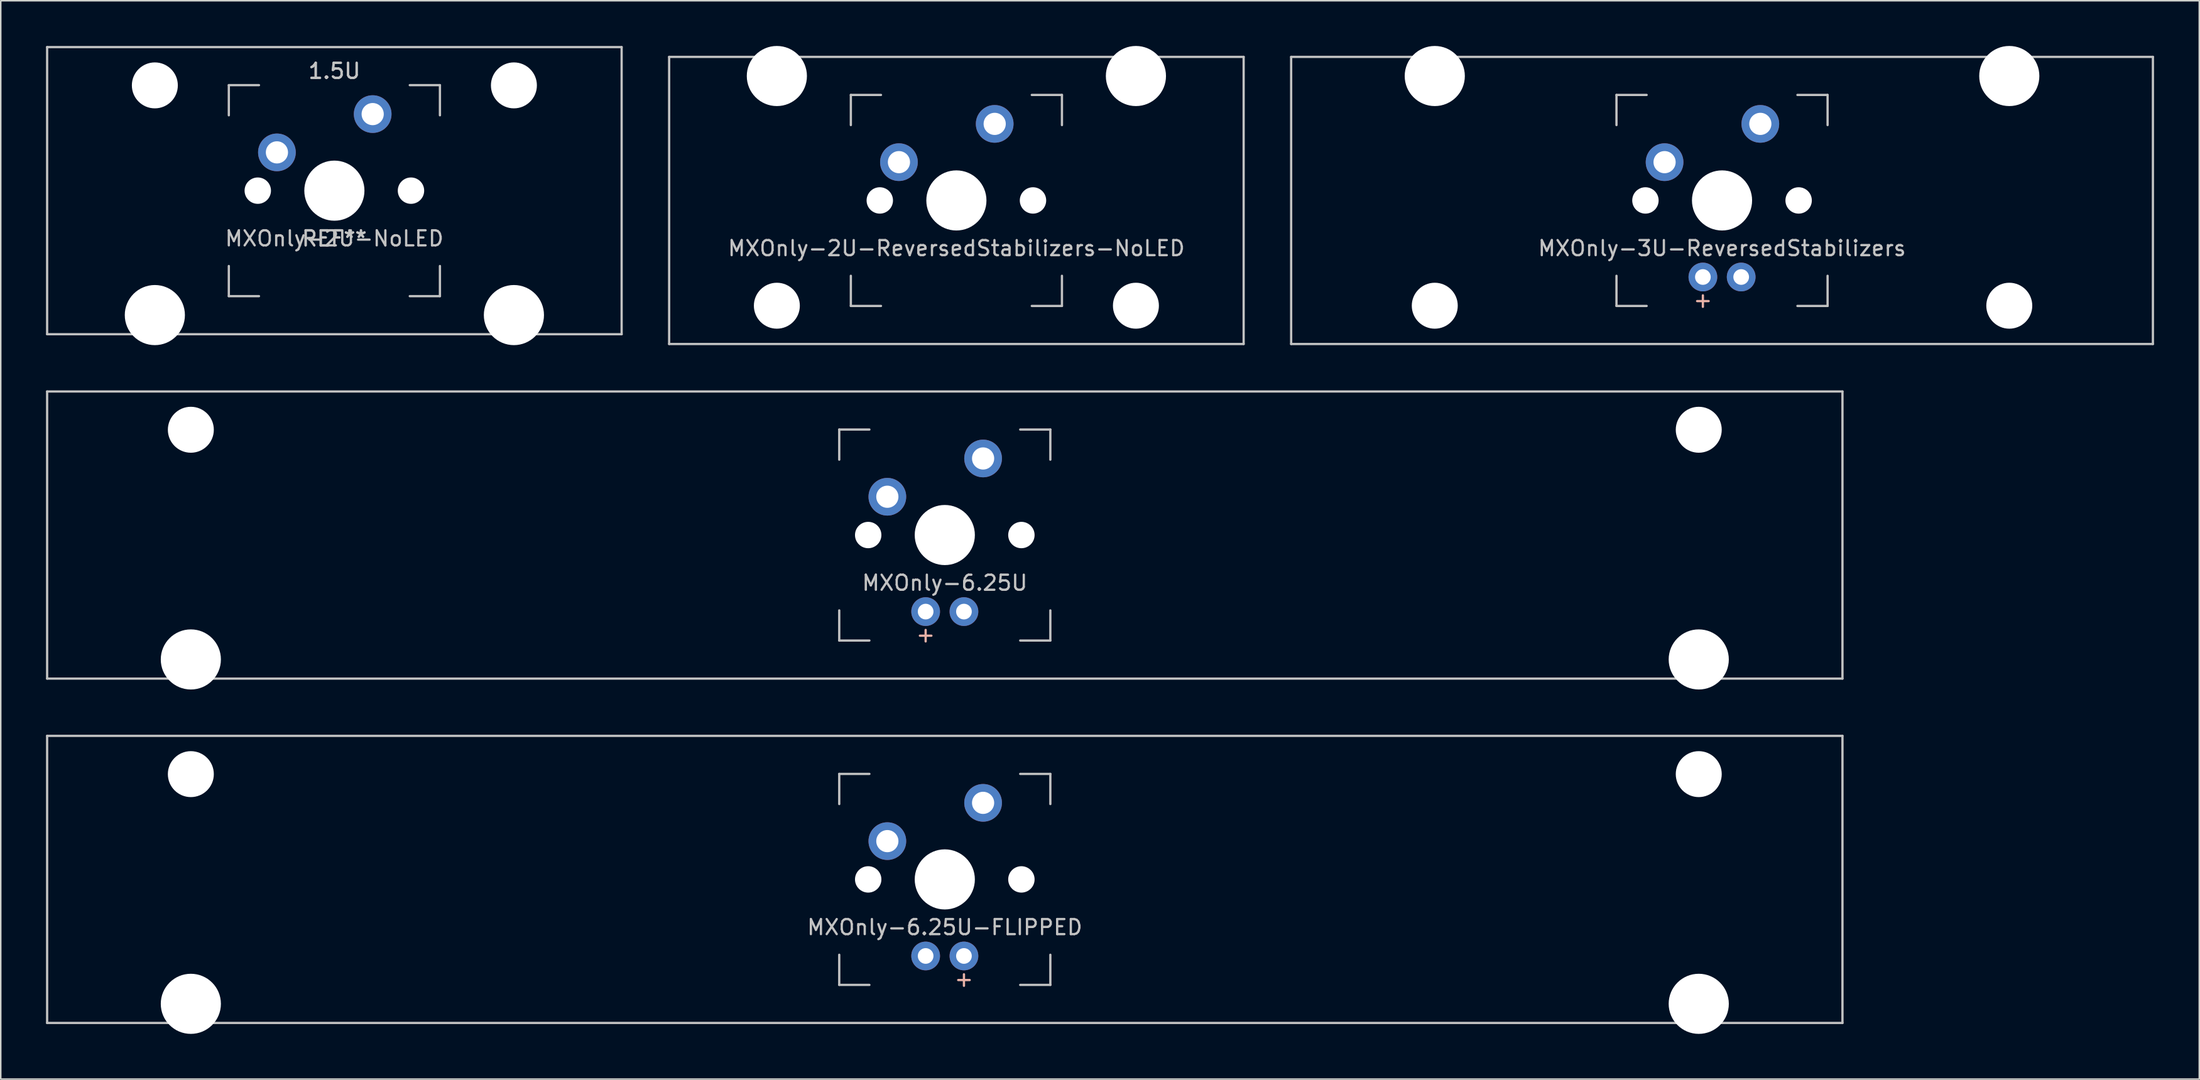
<source format=kicad_pcb>
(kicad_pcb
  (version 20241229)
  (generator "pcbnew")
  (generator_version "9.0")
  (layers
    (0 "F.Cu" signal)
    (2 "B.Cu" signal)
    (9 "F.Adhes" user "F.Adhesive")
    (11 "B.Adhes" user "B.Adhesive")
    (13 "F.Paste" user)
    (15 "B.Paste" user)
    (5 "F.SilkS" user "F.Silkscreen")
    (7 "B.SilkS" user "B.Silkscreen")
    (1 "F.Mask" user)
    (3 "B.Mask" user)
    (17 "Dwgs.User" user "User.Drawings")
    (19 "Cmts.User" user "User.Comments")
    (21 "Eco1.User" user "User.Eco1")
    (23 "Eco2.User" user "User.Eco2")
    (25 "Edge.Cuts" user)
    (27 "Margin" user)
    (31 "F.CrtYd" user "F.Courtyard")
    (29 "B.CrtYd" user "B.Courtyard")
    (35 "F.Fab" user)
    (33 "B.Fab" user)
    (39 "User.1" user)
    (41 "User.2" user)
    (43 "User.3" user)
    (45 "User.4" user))
  (footprint "MXOnly-2U-NoLED"
    (layer "F.Cu")
    (at 19.125 9.6)
    (property "Reference" "MXOnly-2U-NoLED" (at 0 3.175 0) (layer "Dwgs.User") (effects (font (size 1 1) (thickness 0.15))))
    (attr through_hole)
    (fp_line (start -19.05 -9.525) (end 19.05 -9.525) (stroke (width 0.15) (type solid)) (layer "Dwgs.User"))
    (fp_line (start -19.05 9.525) (end -19.05 -9.525) (stroke (width 0.15) (type solid)) (layer "Dwgs.User"))
    (fp_line (start -19.05 9.525) (end 19.05 9.525) (stroke (width 0.15) (type solid)) (layer "Dwgs.User"))
    (fp_line (start -7 -7) (end -7 -5) (stroke (width 0.15) (type solid)) (layer "Dwgs.User"))
    (fp_line (start -7 5) (end -7 7) (stroke (width 0.15) (type solid)) (layer "Dwgs.User"))
    (fp_line (start -7 7) (end -5 7) (stroke (width 0.15) (type solid)) (layer "Dwgs.User"))
    (fp_line (start -5 -7) (end -7 -7) (stroke (width 0.15) (type solid)) (layer "Dwgs.User"))
    (fp_line (start 5 -7) (end 7 -7) (stroke (width 0.15) (type solid)) (layer "Dwgs.User"))
    (fp_line (start 5 7) (end 7 7) (stroke (width 0.15) (type solid)) (layer "Dwgs.User"))
    (fp_line (start 7 -7) (end 7 -5) (stroke (width 0.15) (type solid)) (layer "Dwgs.User"))
    (fp_line (start 7 7) (end 7 5) (stroke (width 0.15) (type solid)) (layer "Dwgs.User"))
    (fp_line (start 19.05 -9.525) (end 19.05 9.525) (stroke (width 0.15) (type solid)) (layer "Dwgs.User"))
    (fp_text user "1.5U" (at 0 -7.938 0) (layer "Dwgs.User") (effects (font (size 1 1) (thickness 0.15))))
    (fp_text user "REF**" (at 0 3.175 0) (layer "Dwgs.User") (effects (font (size 1 1) (thickness 0.15))))
    (fp_text user "REF**" (at 0 3.175 0) (layer "Dwgs.User") (effects (font (size 1 1) (thickness 0.15))))
    (fp_text user "1.5U" (at 0 -7.938 0) (layer "Dwgs.User") (effects (font (size 1 1) (thickness 0.15))))
    (pad "" np_thru_hole circle (at -11.906 -6.985) (size 3.048 3.048) (drill 3.048) (layers "*.Cu" "*.Mask"))
    (pad "" np_thru_hole circle (at -11.906 8.255) (size 3.988 3.988) (drill 3.988) (layers "*.Cu" "*.Mask"))
    (pad "" np_thru_hole circle (at -5.08 0 48.1) (size 1.75 1.75) (drill 1.75) (layers "*.Cu" "*.Mask"))
    (pad "" np_thru_hole circle (at 0 0) (size 3.988 3.988) (drill 3.988) (layers "*.Cu" "*.Mask"))
    (pad "" np_thru_hole circle (at 5.08 0 48.1) (size 1.75 1.75) (drill 1.75) (layers "*.Cu" "*.Mask"))
    (pad "" np_thru_hole circle (at 11.906 -6.985) (size 3.048 3.048) (drill 3.048) (layers "*.Cu" "*.Mask"))
    (pad "" np_thru_hole circle (at 11.906 8.255) (size 3.988 3.988) (drill 3.988) (layers "*.Cu" "*.Mask"))
    (pad "1" thru_hole circle (at -3.81 -2.54) (size 2.5 2.5) (drill 1.47) (layers "*.Cu" "B.Mask"))
    (pad "2" thru_hole circle (at 2.54 -5.08) (size 2.5 2.5) (drill 1.47) (layers "*.Cu" "B.Mask")))
  (footprint "MXOnly-3U-ReversedStabilizers"
    (layer "F.Cu")
    (at 111.15 10.249)
    (property "Reference" "MXOnly-3U-ReversedStabilizers" (at 0 3.175 0) (layer "Dwgs.User") (effects (font (size 1 1) (thickness 0.15))))
    (attr through_hole)
    (fp_line (start -28.575 -9.525) (end 28.575 -9.525) (stroke (width 0.15) (type solid)) (layer "Dwgs.User"))
    (fp_line (start -28.575 9.525) (end -28.575 -9.525) (stroke (width 0.15) (type solid)) (layer "Dwgs.User"))
    (fp_line (start -28.575 9.525) (end 28.575 9.525) (stroke (width 0.15) (type solid)) (layer "Dwgs.User"))
    (fp_line (start -7 -7) (end -7 -5) (stroke (width 0.15) (type solid)) (layer "Dwgs.User"))
    (fp_line (start -7 5) (end -7 7) (stroke (width 0.15) (type solid)) (layer "Dwgs.User"))
    (fp_line (start -7 7) (end -5 7) (stroke (width 0.15) (type solid)) (layer "Dwgs.User"))
    (fp_line (start -5 -7) (end -7 -7) (stroke (width 0.15) (type solid)) (layer "Dwgs.User"))
    (fp_line (start 5 -7) (end 7 -7) (stroke (width 0.15) (type solid)) (layer "Dwgs.User"))
    (fp_line (start 5 7) (end 7 7) (stroke (width 0.15) (type solid)) (layer "Dwgs.User"))
    (fp_line (start 7 -7) (end 7 -5) (stroke (width 0.15) (type solid)) (layer "Dwgs.User"))
    (fp_line (start 7 7) (end 7 5) (stroke (width 0.15) (type solid)) (layer "Dwgs.User"))
    (fp_line (start 28.575 -9.525) (end 28.575 9.525) (stroke (width 0.15) (type solid)) (layer "Dwgs.User"))
    (fp_text user "+" (at -1.27 6.604 0) (layer "B.SilkS") (effects (font (size 1 1) (thickness 0.15))))
    (pad "" np_thru_hole circle (at -19.05 -8.255) (size 3.988 3.988) (drill 3.988) (layers "*.Cu" "*.Mask"))
    (pad "" np_thru_hole circle (at -19.05 6.985) (size 3.048 3.048) (drill 3.048) (layers "*.Cu" "*.Mask"))
    (pad "" np_thru_hole circle (at -5.08 0 48.1) (size 1.75 1.75) (drill 1.75) (layers "*.Cu" "*.Mask"))
    (pad "" np_thru_hole circle (at 0 0) (size 3.988 3.988) (drill 3.988) (layers "*.Cu" "*.Mask"))
    (pad "" np_thru_hole circle (at 5.08 0 48.1) (size 1.75 1.75) (drill 1.75) (layers "*.Cu" "*.Mask"))
    (pad "" np_thru_hole circle (at 19.05 -8.255) (size 3.988 3.988) (drill 3.988) (layers "*.Cu" "*.Mask"))
    (pad "" np_thru_hole circle (at 19.05 6.985) (size 3.048 3.048) (drill 3.048) (layers "*.Cu" "*.Mask"))
    (pad "1" thru_hole circle (at -3.81 -2.54 48.1) (size 2.5 2.5) (drill 1.47) (layers "*.Cu" "*.Mask"))
    (pad "2" thru_hole circle (at 2.54 -5.08) (size 2.5 2.5) (drill 1.47) (layers "*.Cu" "*.Mask"))
    (pad "3" thru_hole circle (at -1.27 5.08) (size 1.905 1.905) (drill 1.04) (layers "*.Cu" "*.Mask"))
    (pad "4" thru_hole circle (at 1.27 5.08) (size 1.905 1.905) (drill 1.04) (layers "*.Cu" "*.Mask")))
  (footprint "MXOnly-6.25U"
    (layer "F.Cu")
    (at 59.606 32.449)
    (property "Reference" "MXOnly-6.25U" (at 0 3.175 0) (layer "Dwgs.User") (effects (font (size 1 1) (thickness 0.15))))
    (attr through_hole)
    (fp_line (start -59.531 -9.525) (end 59.531 -9.525) (stroke (width 0.15) (type solid)) (layer "Dwgs.User"))
    (fp_line (start -59.531 9.525) (end -59.531 -9.525) (stroke (width 0.15) (type solid)) (layer "Dwgs.User"))
    (fp_line (start -59.531 9.525) (end 59.531 9.525) (stroke (width 0.15) (type solid)) (layer "Dwgs.User"))
    (fp_line (start -7 -7) (end -7 -5) (stroke (width 0.15) (type solid)) (layer "Dwgs.User"))
    (fp_line (start -7 5) (end -7 7) (stroke (width 0.15) (type solid)) (layer "Dwgs.User"))
    (fp_line (start -7 7) (end -5 7) (stroke (width 0.15) (type solid)) (layer "Dwgs.User"))
    (fp_line (start -5 -7) (end -7 -7) (stroke (width 0.15) (type solid)) (layer "Dwgs.User"))
    (fp_line (start 5 -7) (end 7 -7) (stroke (width 0.15) (type solid)) (layer "Dwgs.User"))
    (fp_line (start 5 7) (end 7 7) (stroke (width 0.15) (type solid)) (layer "Dwgs.User"))
    (fp_line (start 7 -7) (end 7 -5) (stroke (width 0.15) (type solid)) (layer "Dwgs.User"))
    (fp_line (start 7 7) (end 7 5) (stroke (width 0.15) (type solid)) (layer "Dwgs.User"))
    (fp_line (start 59.531 -9.525) (end 59.531 9.525) (stroke (width 0.15) (type solid)) (layer "Dwgs.User"))
    (fp_text user "+" (at -1.27 6.604 0) (layer "B.SilkS") (effects (font (size 1 1) (thickness 0.15))))
    (pad "" np_thru_hole circle (at -50 -6.985) (size 3.048 3.048) (drill 3.048) (layers "*.Cu" "*.Mask"))
    (pad "" np_thru_hole circle (at -50 8.255) (size 3.988 3.988) (drill 3.988) (layers "*.Cu" "*.Mask"))
    (pad "" np_thru_hole circle (at -5.08 0 48.1) (size 1.75 1.75) (drill 1.75) (layers "*.Cu" "*.Mask"))
    (pad "" np_thru_hole circle (at 0 0) (size 3.988 3.988) (drill 3.988) (layers "*.Cu" "*.Mask"))
    (pad "" np_thru_hole circle (at 5.08 0 48.1) (size 1.75 1.75) (drill 1.75) (layers "*.Cu" "*.Mask"))
    (pad "" np_thru_hole circle (at 50 -6.985) (size 3.048 3.048) (drill 3.048) (layers "*.Cu" "*.Mask"))
    (pad "" np_thru_hole circle (at 50 8.255) (size 3.988 3.988) (drill 3.988) (layers "*.Cu" "*.Mask"))
    (pad "1" thru_hole circle (at -3.81 -2.54) (size 2.5 2.5) (drill 1.47) (layers "*.Cu" "*.Mask"))
    (pad "2" thru_hole circle (at 2.54 -5.08) (size 2.5 2.5) (drill 1.47) (layers "*.Cu" "*.Mask"))
    (pad "3" thru_hole circle (at -1.27 5.08) (size 1.905 1.905) (drill 1.04) (layers "*.Cu" "*.Mask"))
    (pad "4" thru_hole circle (at 1.27 5.08) (size 1.905 1.905) (drill 1.04) (layers "*.Cu" "*.Mask")))
  (footprint "MXOnly-6.25U-FLIPPED"
    (layer "F.Cu")
    (at 59.606 55.298)
    (property "Reference" "MXOnly-6.25U-FLIPPED" (at 0 3.175 0) (layer "Dwgs.User") (effects (font (size 1 1) (thickness 0.15))))
    (attr through_hole)
    (fp_line (start -59.531 -9.525) (end 59.531 -9.525) (stroke (width 0.15) (type solid)) (layer "Dwgs.User"))
    (fp_line (start -59.531 9.525) (end -59.531 -9.525) (stroke (width 0.15) (type solid)) (layer "Dwgs.User"))
    (fp_line (start -59.531 9.525) (end 59.531 9.525) (stroke (width 0.15) (type solid)) (layer "Dwgs.User"))
    (fp_line (start -7 -7) (end -7 -5) (stroke (width 0.15) (type solid)) (layer "Dwgs.User"))
    (fp_line (start -7 5) (end -7 7) (stroke (width 0.15) (type solid)) (layer "Dwgs.User"))
    (fp_line (start -7 7) (end -5 7) (stroke (width 0.15) (type solid)) (layer "Dwgs.User"))
    (fp_line (start -5 -7) (end -7 -7) (stroke (width 0.15) (type solid)) (layer "Dwgs.User"))
    (fp_line (start 5 -7) (end 7 -7) (stroke (width 0.15) (type solid)) (layer "Dwgs.User"))
    (fp_line (start 5 7) (end 7 7) (stroke (width 0.15) (type solid)) (layer "Dwgs.User"))
    (fp_line (start 7 -7) (end 7 -5) (stroke (width 0.15) (type solid)) (layer "Dwgs.User"))
    (fp_line (start 7 7) (end 7 5) (stroke (width 0.15) (type solid)) (layer "Dwgs.User"))
    (fp_line (start 59.531 -9.525) (end 59.531 9.525) (stroke (width 0.15) (type solid)) (layer "Dwgs.User"))
    (fp_text user "+" (at 1.27 6.604 0) (layer "B.SilkS") (effects (font (size 1 1) (thickness 0.15))))
    (pad "" np_thru_hole circle (at -50 -6.985) (size 3.048 3.048) (drill 3.048) (layers "*.Cu" "*.Mask"))
    (pad "" np_thru_hole circle (at -50 8.255) (size 3.988 3.988) (drill 3.988) (layers "*.Cu" "*.Mask"))
    (pad "" np_thru_hole circle (at -5.08 0 48.1) (size 1.75 1.75) (drill 1.75) (layers "*.Cu" "*.Mask"))
    (pad "" np_thru_hole circle (at 0 0) (size 3.988 3.988) (drill 3.988) (layers "*.Cu" "*.Mask"))
    (pad "" np_thru_hole circle (at 5.08 0 48.1) (size 1.75 1.75) (drill 1.75) (layers "*.Cu" "*.Mask"))
    (pad "" np_thru_hole circle (at 50 -6.985) (size 3.048 3.048) (drill 3.048) (layers "*.Cu" "*.Mask"))
    (pad "" np_thru_hole circle (at 50 8.255) (size 3.988 3.988) (drill 3.988) (layers "*.Cu" "*.Mask"))
    (pad "1" thru_hole circle (at -3.81 -2.54) (size 2.5 2.5) (drill 1.47) (layers "*.Cu" "*.Mask"))
    (pad "2" thru_hole circle (at 2.54 -5.08) (size 2.5 2.5) (drill 1.47) (layers "*.Cu" "*.Mask"))
    (pad "3" thru_hole circle (at 1.27 5.08) (size 1.905 1.905) (drill 1.04) (layers "*.Cu" "*.Mask"))
    (pad "4" thru_hole circle (at -1.27 5.08) (size 1.905 1.905) (drill 1.04) (layers "*.Cu" "*.Mask")))
  (footprint "MXOnly-2U-ReversedStabilizers-NoLED"
    (layer "F.Cu")
    (at 60.375 10.249)
    (property "Reference" "MXOnly-2U-ReversedStabilizers-NoLED" (at 0 3.175 0) (layer "Dwgs.User") (effects (font (size 1 1) (thickness 0.15))))
    (attr through_hole)
    (fp_line (start -19.05 -9.525) (end 19.05 -9.525) (stroke (width 0.15) (type solid)) (layer "Dwgs.User"))
    (fp_line (start -19.05 9.525) (end -19.05 -9.525) (stroke (width 0.15) (type solid)) (layer "Dwgs.User"))
    (fp_line (start -19.05 9.525) (end 19.05 9.525) (stroke (width 0.15) (type solid)) (layer "Dwgs.User"))
    (fp_line (start -7 -7) (end -7 -5) (stroke (width 0.15) (type solid)) (layer "Dwgs.User"))
    (fp_line (start -7 5) (end -7 7) (stroke (width 0.15) (type solid)) (layer "Dwgs.User"))
    (fp_line (start -7 7) (end -5 7) (stroke (width 0.15) (type solid)) (layer "Dwgs.User"))
    (fp_line (start -5 -7) (end -7 -7) (stroke (width 0.15) (type solid)) (layer "Dwgs.User"))
    (fp_line (start 5 -7) (end 7 -7) (stroke (width 0.15) (type solid)) (layer "Dwgs.User"))
    (fp_line (start 5 7) (end 7 7) (stroke (width 0.15) (type solid)) (layer "Dwgs.User"))
    (fp_line (start 7 -7) (end 7 -5) (stroke (width 0.15) (type solid)) (layer "Dwgs.User"))
    (fp_line (start 7 7) (end 7 5) (stroke (width 0.15) (type solid)) (layer "Dwgs.User"))
    (fp_line (start 19.05 -9.525) (end 19.05 9.525) (stroke (width 0.15) (type solid)) (layer "Dwgs.User"))
    (pad "" np_thru_hole circle (at -11.906 -8.255) (size 3.988 3.988) (drill 3.988) (layers "*.Cu" "*.Mask"))
    (pad "" np_thru_hole circle (at -11.906 6.985) (size 3.048 3.048) (drill 3.048) (layers "*.Cu" "*.Mask"))
    (pad "" np_thru_hole circle (at -5.08 0 48.1) (size 1.75 1.75) (drill 1.75) (layers "*.Cu" "*.Mask"))
    (pad "" np_thru_hole circle (at 0 0) (size 3.988 3.988) (drill 3.988) (layers "*.Cu" "*.Mask"))
    (pad "" np_thru_hole circle (at 5.08 0 48.1) (size 1.75 1.75) (drill 1.75) (layers "*.Cu" "*.Mask"))
    (pad "" np_thru_hole circle (at 11.906 -8.255) (size 3.988 3.988) (drill 3.988) (layers "*.Cu" "*.Mask"))
    (pad "" np_thru_hole circle (at 11.906 6.985) (size 3.048 3.048) (drill 3.048) (layers "*.Cu" "*.Mask"))
    (pad "1" thru_hole circle (at -3.81 -2.54) (size 2.5 2.5) (drill 1.47) (layers "*.Cu" "B.Mask"))
    (pad "2" thru_hole circle (at 2.54 -5.08) (size 2.5 2.5) (drill 1.47) (layers "*.Cu" "B.Mask")))
  (gr_rect
    (start -3 -3)
    (end 142.8 68.547)
    (stroke (width 0.1) (type default))
    (fill no)
    (layer "Edge.Cuts")))
</source>
